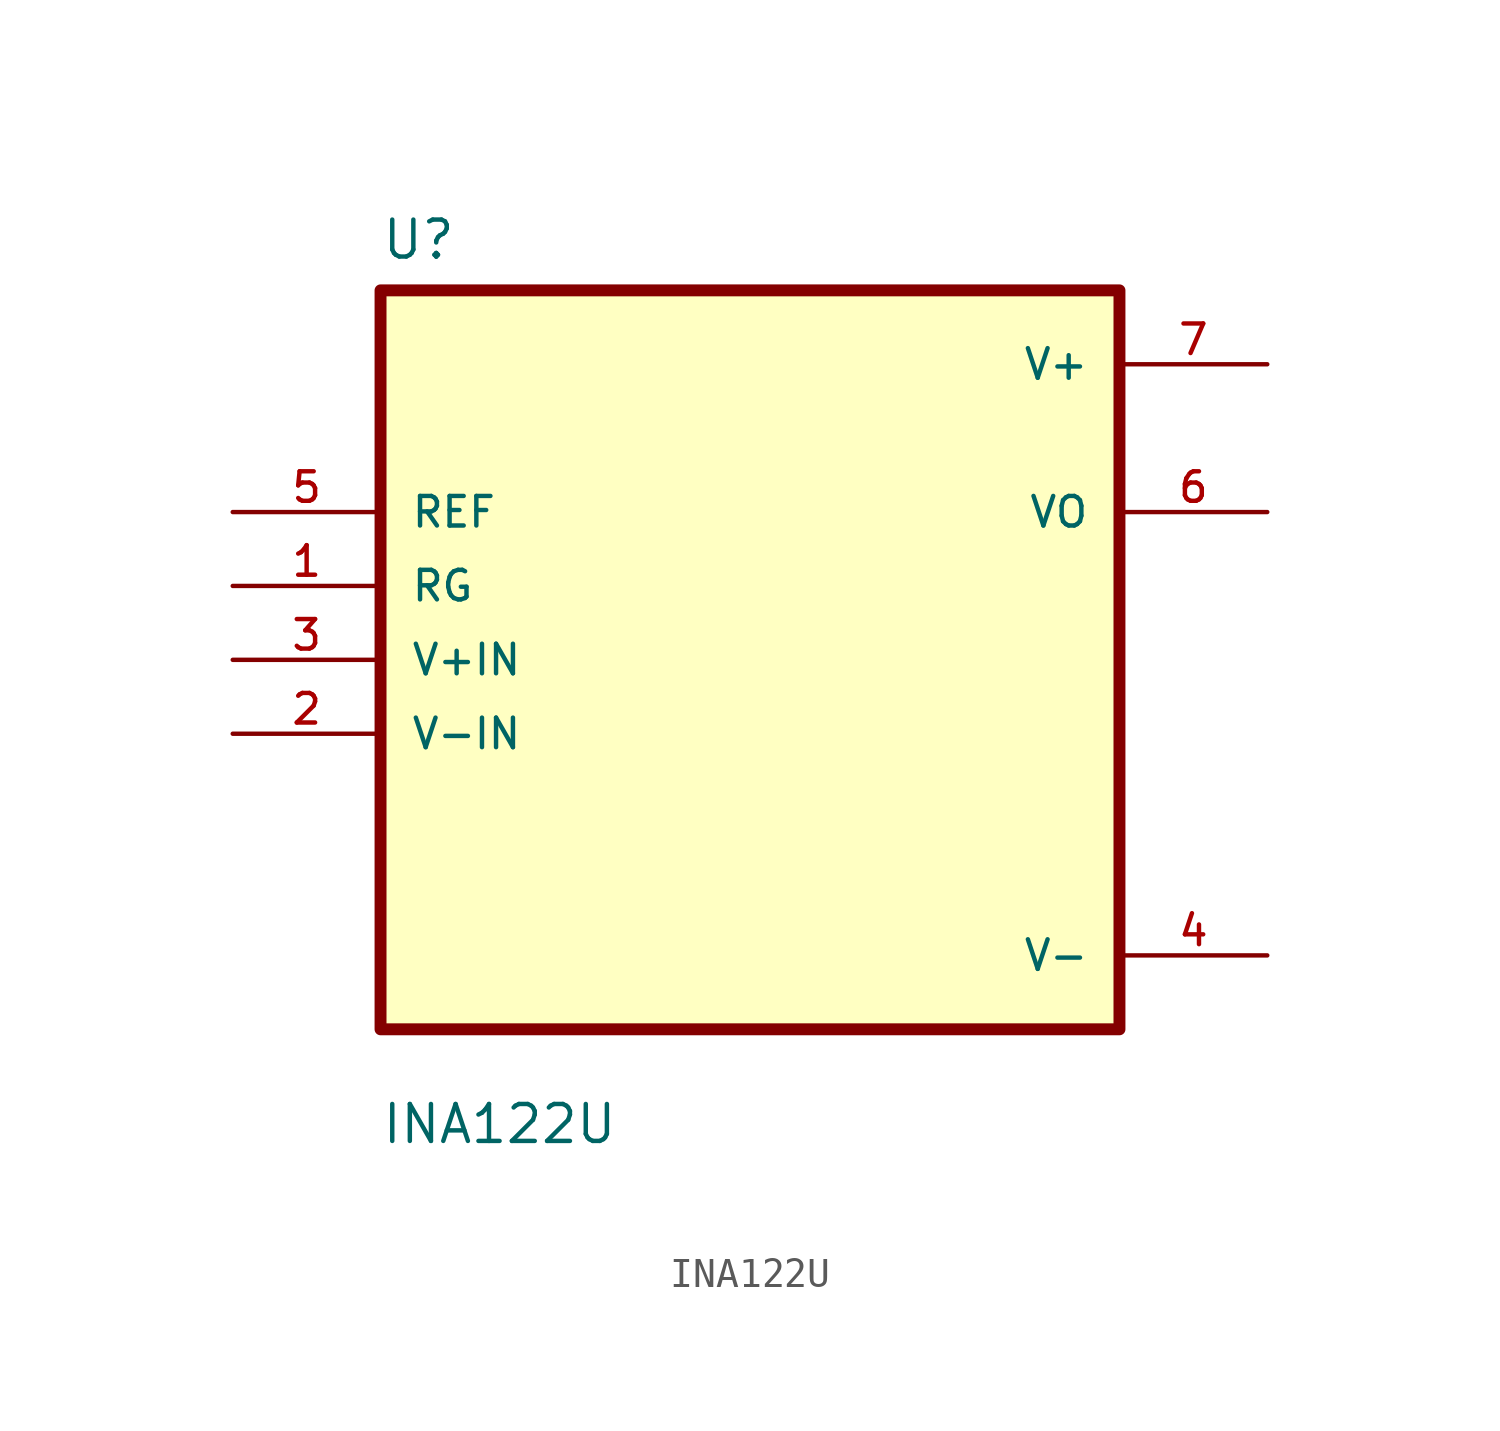
<source format=kicad_sym>
(kicad_symbol_lib
  (version 20211014)
  (generator kicad_symbol_editor)
  (symbol "INA122U"
    (pin_names
      (offset 1.016))
    (property "Reference" "U"
      (at -12.7 13.7 0.0)
      (effects (font (size 1.27 1.27)) (justify bottom left)))
    (property "Value" "INA122U"
      (at -12.7 -16.7 0.0)
      (effects (font (size 1.27 1.27)) (justify bottom left)))
    (symbol "INA122U_0_0"
      (rectangle (start -12.7 -12.7) (end 12.7 12.7) (stroke (width 0.41)) (fill (type background)))
      (pin input line (at -17.78 5.08 0) (length 5.08) (name "REF" (effects (font (size 1.016 1.016)))) (number "5" (effects (font (size 1.016 1.016)))))
      (pin input line (at -17.78 2.54 0) (length 5.08) (name "RG" (effects (font (size 1.016 1.016)))) (number "1" (effects (font (size 1.016 1.016)))))
      (pin input line (at -17.78 2.54 0) (length 5.08) hide (name "RG" (effects (font (size 1.016 1.016)))) (number "8" (effects (font (size 1.016 1.016)))))
      (pin input line (at -17.78 -8.88178e-16 0) (length 5.08) (name "V+IN" (effects (font (size 1.016 1.016)))) (number "3" (effects (font (size 1.016 1.016)))))
      (pin input line (at -17.78 -2.54 0) (length 5.08) (name "V-IN" (effects (font (size 1.016 1.016)))) (number "2" (effects (font (size 1.016 1.016)))))
      (pin power_in line (at 17.78 10.16 180.0) (length 5.08) (name "V+" (effects (font (size 1.016 1.016)))) (number "7" (effects (font (size 1.016 1.016)))))
      (pin output line (at 17.78 5.08 180.0) (length 5.08) (name "VO" (effects (font (size 1.016 1.016)))) (number "6" (effects (font (size 1.016 1.016)))))
      (pin power_in line (at 17.78 -10.16 180.0) (length 5.08) (name "V-" (effects (font (size 1.016 1.016)))) (number "4" (effects (font (size 1.016 1.016))))))))
</source>
